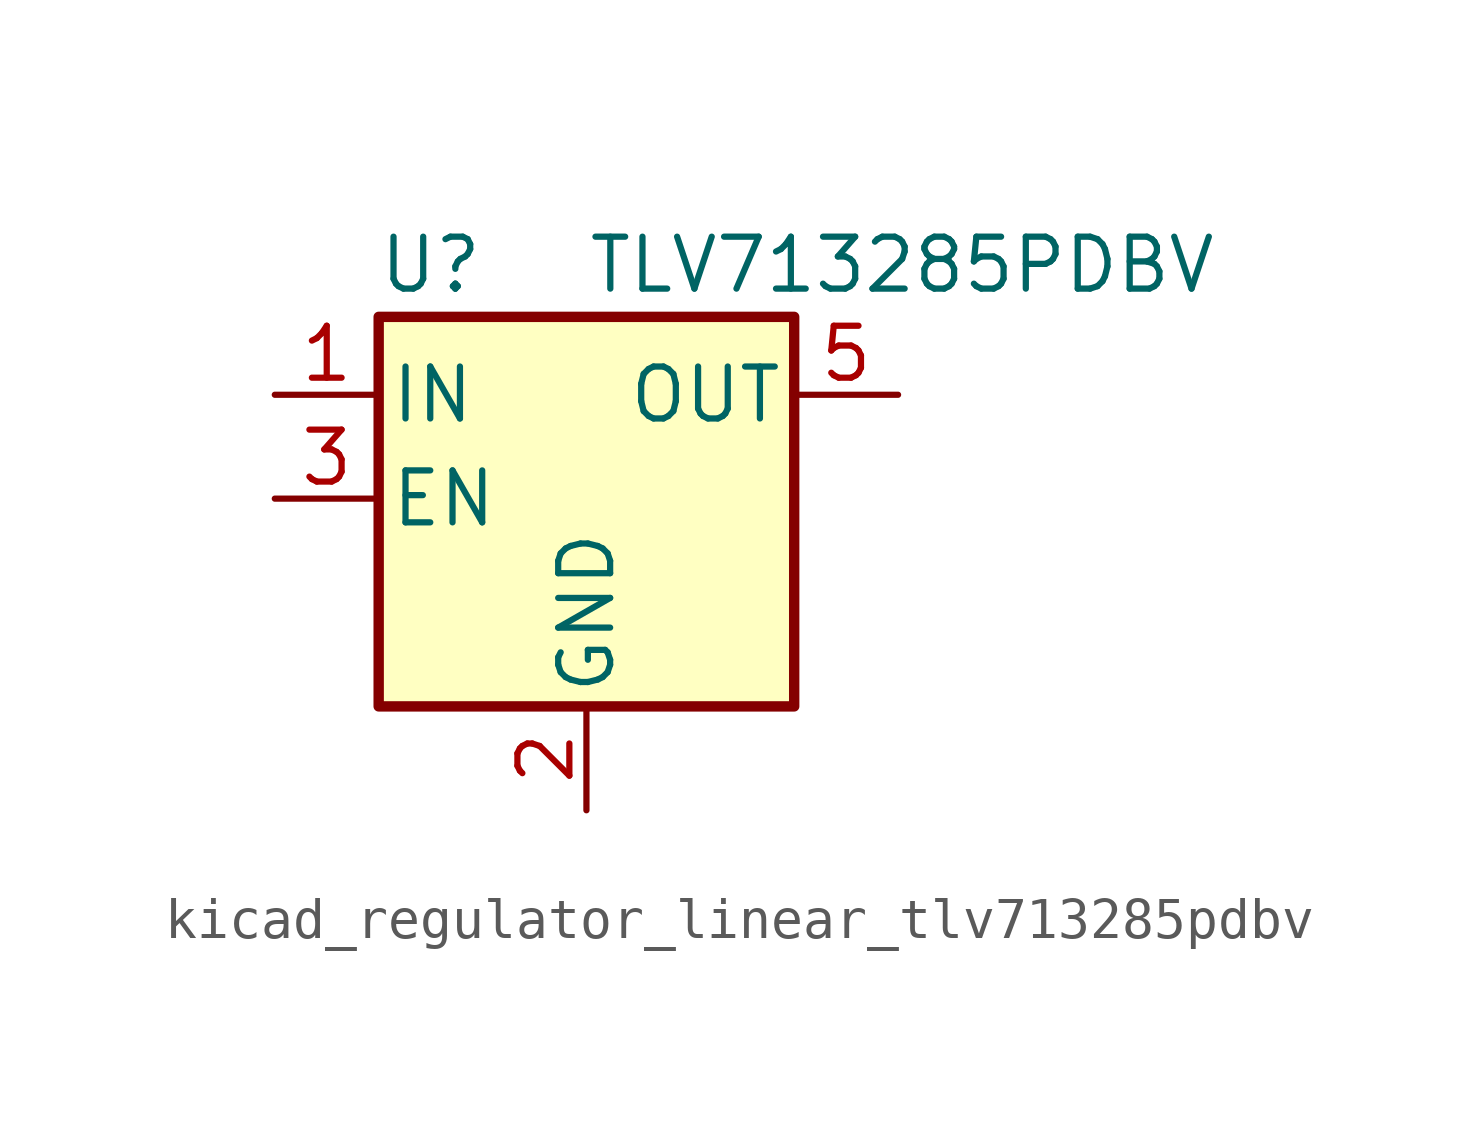
<source format=kicad_sym>
(kicad_symbol_lib
  (version 20220914)
  (generator kicad_symbol_editor)
  (symbol "kicad_regulator_linear_tlv713285pdbv"
    (pin_names
      (offset 0.254))
    (property "Reference" "U"
      (at -3.81 5.715 0)
      (effects (font (size 1.27 1.27))))
    (property "Value" "TLV713285PDBV"
      (at 0 5.715 0)
      (effects (font (size 1.27 1.27)) (justify left)))
    (symbol "kicad_regulator_linear_tlv713285pdbv_0_1"
      (rectangle (start -5.08 4.445) (end 5.08 -5.08) (stroke (width 0.254) (type default)) (fill (type background))))
    (symbol "kicad_regulator_linear_tlv713285pdbv_1_1"
      (pin power_in line (at -7.62 2.54 0) (length 2.54) (name "IN" (effects (font (size 1.27 1.27)))) (number "1" (effects (font (size 1.27 1.27)))))
      (pin power_in line (at 0 -7.62 90) (length 2.54) (name "GND" (effects (font (size 1.27 1.27)))) (number "2" (effects (font (size 1.27 1.27)))))
      (pin input line (at -7.62 0 0) (length 2.54) (name "EN" (effects (font (size 1.27 1.27)))) (number "3" (effects (font (size 1.27 1.27)))))
      (pin no_connect line (at 5.08 0 180) (length 2.54) hide (name "NC" (effects (font (size 1.27 1.27)))) (number "4" (effects (font (size 1.27 1.27)))))
      (pin power_out line (at 7.62 2.54 180) (length 2.54) (name "OUT" (effects (font (size 1.27 1.27)))) (number "5" (effects (font (size 1.27 1.27))))))))
</source>
